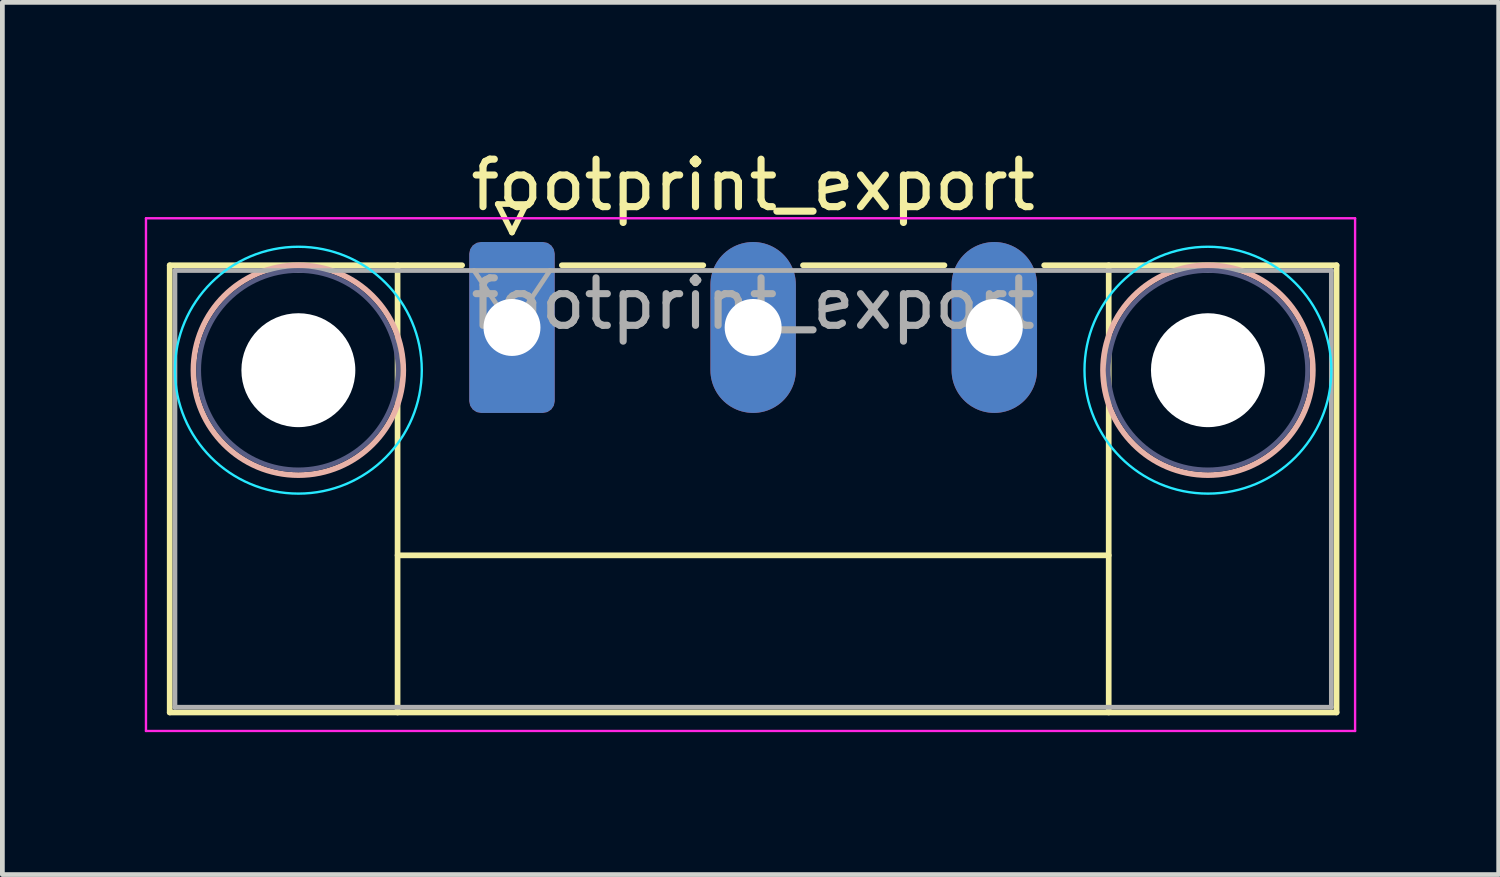
<source format=kicad_pcb>
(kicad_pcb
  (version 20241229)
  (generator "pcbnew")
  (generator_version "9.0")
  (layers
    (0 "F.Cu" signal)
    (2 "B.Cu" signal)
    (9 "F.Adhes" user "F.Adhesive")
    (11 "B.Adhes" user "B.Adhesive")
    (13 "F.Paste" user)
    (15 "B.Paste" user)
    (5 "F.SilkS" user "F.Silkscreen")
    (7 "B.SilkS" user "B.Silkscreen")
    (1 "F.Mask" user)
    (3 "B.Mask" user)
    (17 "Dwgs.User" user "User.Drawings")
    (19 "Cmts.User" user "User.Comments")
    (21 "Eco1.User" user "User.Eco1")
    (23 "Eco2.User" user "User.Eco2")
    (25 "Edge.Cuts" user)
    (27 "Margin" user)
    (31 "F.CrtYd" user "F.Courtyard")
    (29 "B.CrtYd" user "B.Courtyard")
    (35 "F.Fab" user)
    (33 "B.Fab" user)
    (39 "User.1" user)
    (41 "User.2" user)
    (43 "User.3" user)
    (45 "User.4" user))
  (footprint "footprint_export"
    (layer "F.Cu")
    (at 7.735 3.848)
    (property "Reference" "footprint_export" (at 5.08 -3 0) (layer "F.SilkS") (effects (font (size 1 1) (thickness 0.15))))
    (attr through_hole)
    (fp_line (start -7.21 -1.31) (end -7.21 8.11) (stroke (width 0.12) (type solid)) (layer "F.SilkS"))
    (fp_line (start -7.21 -1.31) (end -1.05 -1.31) (stroke (width 0.12) (type solid)) (layer "F.SilkS"))
    (fp_line (start -7.21 8.11) (end 17.37 8.11) (stroke (width 0.12) (type solid)) (layer "F.SilkS"))
    (fp_line (start -2.41 -1.31) (end -2.41 8.11) (stroke (width 0.12) (type solid)) (layer "F.SilkS"))
    (fp_line (start -2.41 4.8) (end 12.57 4.8) (stroke (width 0.12) (type solid)) (layer "F.SilkS"))
    (fp_line (start -0.3 -2.6) (end 0.3 -2.6) (stroke (width 0.12) (type solid)) (layer "F.SilkS"))
    (fp_line (start 0 -2) (end -0.3 -2.6) (stroke (width 0.12) (type solid)) (layer "F.SilkS"))
    (fp_line (start 0.3 -2.6) (end 0 -2) (stroke (width 0.12) (type solid)) (layer "F.SilkS"))
    (fp_line (start 1.05 -1.31) (end 4.03 -1.31) (stroke (width 0.12) (type solid)) (layer "F.SilkS"))
    (fp_line (start 6.13 -1.31) (end 9.11 -1.31) (stroke (width 0.12) (type solid)) (layer "F.SilkS"))
    (fp_line (start 12.57 -1.31) (end 12.57 8.11) (stroke (width 0.12) (type solid)) (layer "F.SilkS"))
    (fp_line (start 17.37 -1.31) (end 11.21 -1.31) (stroke (width 0.12) (type solid)) (layer "F.SilkS"))
    (fp_line (start 17.37 8.11) (end 17.37 -1.31) (stroke (width 0.12) (type solid)) (layer "F.SilkS"))
    (fp_circle (center -4.5 0.9) (end -2.29 0.9) (stroke (width 0.12) (type solid)) (fill no) (layer "B.SilkS"))
    (fp_circle (center 14.66 0.9) (end 16.87 0.9) (stroke (width 0.12) (type solid)) (fill no) (layer "B.SilkS"))
    (fp_circle (center -4.5 0.9) (end -1.9 0.9) (stroke (width 0.05) (type solid)) (fill no) (layer "B.CrtYd"))
    (fp_circle (center 14.66 0.9) (end 17.26 0.9) (stroke (width 0.05) (type solid)) (fill no) (layer "B.CrtYd"))
    (fp_line (start -7.71 -2.3) (end -7.71 8.5) (stroke (width 0.05) (type solid)) (layer "F.CrtYd"))
    (fp_line (start -7.71 8.5) (end 17.76 8.5) (stroke (width 0.05) (type solid)) (layer "F.CrtYd"))
    (fp_line (start 17.76 -2.3) (end -7.71 -2.3) (stroke (width 0.05) (type solid)) (layer "F.CrtYd"))
    (fp_line (start 17.76 8.5) (end 17.76 -2.3) (stroke (width 0.05) (type solid)) (layer "F.CrtYd"))
    (fp_circle (center -4.5 0.9) (end -2.4 0.9) (stroke (width 0.1) (type solid)) (fill no) (layer "B.Fab"))
    (fp_circle (center 14.66 0.9) (end 16.76 0.9) (stroke (width 0.1) (type solid)) (fill no) (layer "B.Fab"))
    (fp_line (start -7.1 -1.2) (end -7.1 8) (stroke (width 0.1) (type solid)) (layer "F.Fab"))
    (fp_line (start -7.1 8) (end 17.26 8) (stroke (width 0.1) (type solid)) (layer "F.Fab"))
    (fp_line (start 0 0) (end -0.8 -1.2) (stroke (width 0.1) (type solid)) (layer "F.Fab"))
    (fp_line (start 0.8 -1.2) (end 0 0) (stroke (width 0.1) (type solid)) (layer "F.Fab"))
    (fp_line (start 17.26 -1.2) (end -7.1 -1.2) (stroke (width 0.1) (type solid)) (layer "F.Fab"))
    (fp_line (start 17.26 8) (end 17.26 -1.2) (stroke (width 0.1) (type solid)) (layer "F.Fab"))
    (fp_text user "${REFERENCE}" (at 5.08 -0.5 0) (layer "F.Fab") (effects (font (size 1 1) (thickness 0.15))))
    (pad "" np_thru_hole circle (at -4.5 0.9) (size 2.4 2.4) (drill 2.4) (layers "*.Cu" "*.Mask"))
    (pad "" np_thru_hole circle (at 14.66 0.9) (size 2.4 2.4) (drill 2.4) (layers "*.Cu" "*.Mask"))
    (pad "1" thru_hole roundrect (at 0 0) (size 1.8 3.6) (drill 1.2) (layers "*.Cu" "*.Mask") (roundrect_rratio 0.139))
    (pad "2" thru_hole oval (at 5.08 0) (size 1.8 3.6) (drill 1.2) (layers "*.Cu" "*.Mask"))
    (pad "3" thru_hole oval (at 10.16 0) (size 1.8 3.6) (drill 1.2) (layers "*.Cu" "*.Mask")))
  (gr_rect
    (start -3 -3)
    (end 28.52 15.373)
    (stroke (width 0.1) (type default))
    (fill no)
    (layer "Edge.Cuts")))
</source>
